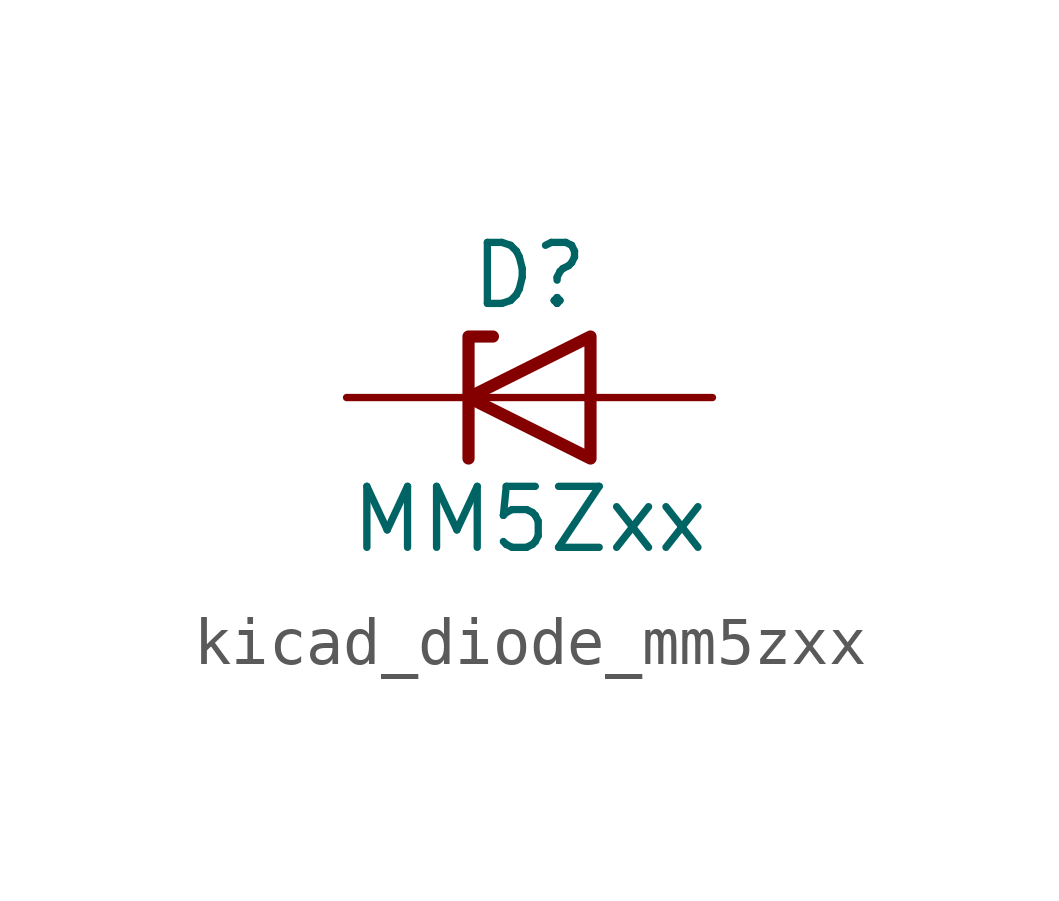
<source format=kicad_sym>
(kicad_symbol_lib
  (version 20220914)
  (generator kicad_symbol_editor)
  (symbol "kicad_diode_mm5zxx"
    (pin_numbers hide)
    (pin_names hide)
    (property "Reference" "D"
      (at 0 2.54 0)
      (effects (font (size 1.27 1.27))))
    (property "Value" "MM5Zxx"
      (at 0 -2.54 0)
      (effects (font (size 1.27 1.27))))
    (symbol "kicad_diode_mm5zxx_0_1"
      (polyline (pts (xy 1.27 0) (xy -1.27 0)) (stroke (width 0) (type default)) (fill (type none)))
      (polyline (pts (xy -1.27 -1.27) (xy -1.27 1.27) (xy -0.762 1.27)) (stroke (width 0.254) (type default)) (fill (type none)))
      (polyline (pts (xy 1.27 -1.27) (xy 1.27 1.27) (xy -1.27 0) (xy 1.27 -1.27)) (stroke (width 0.254) (type default)) (fill (type none))))
    (symbol "kicad_diode_mm5zxx_1_1"
      (pin passive line (at -3.81 0 0) (length 2.54) (name "K" (effects (font (size 1.27 1.27)))) (number "1" (effects (font (size 1.27 1.27)))))
      (pin passive line (at 3.81 0 180) (length 2.54) (name "A" (effects (font (size 1.27 1.27)))) (number "2" (effects (font (size 1.27 1.27))))))))
</source>
